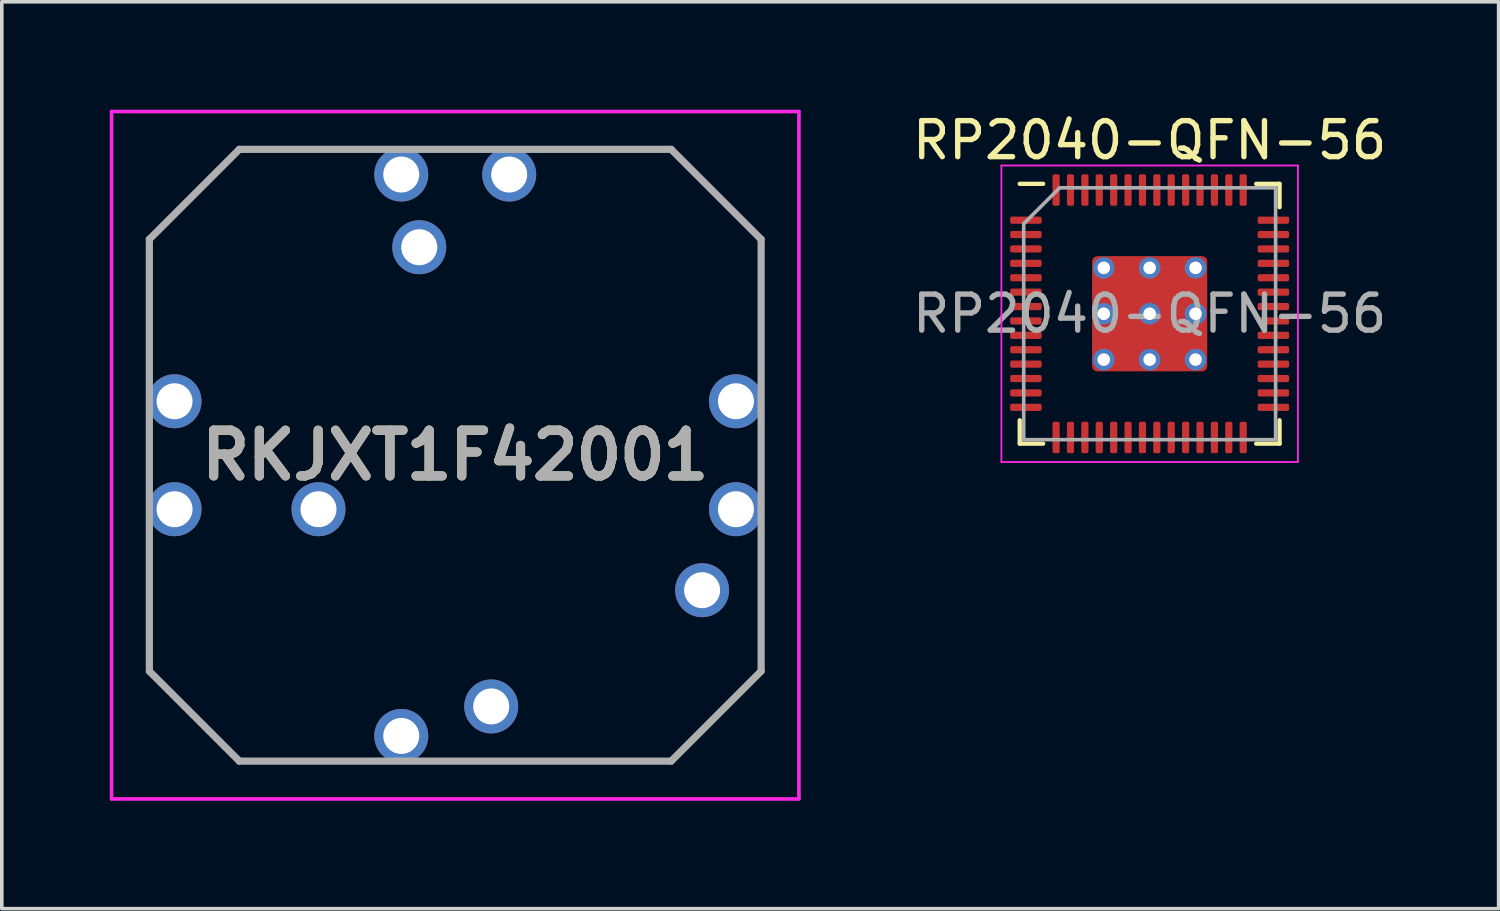
<source format=kicad_pcb>
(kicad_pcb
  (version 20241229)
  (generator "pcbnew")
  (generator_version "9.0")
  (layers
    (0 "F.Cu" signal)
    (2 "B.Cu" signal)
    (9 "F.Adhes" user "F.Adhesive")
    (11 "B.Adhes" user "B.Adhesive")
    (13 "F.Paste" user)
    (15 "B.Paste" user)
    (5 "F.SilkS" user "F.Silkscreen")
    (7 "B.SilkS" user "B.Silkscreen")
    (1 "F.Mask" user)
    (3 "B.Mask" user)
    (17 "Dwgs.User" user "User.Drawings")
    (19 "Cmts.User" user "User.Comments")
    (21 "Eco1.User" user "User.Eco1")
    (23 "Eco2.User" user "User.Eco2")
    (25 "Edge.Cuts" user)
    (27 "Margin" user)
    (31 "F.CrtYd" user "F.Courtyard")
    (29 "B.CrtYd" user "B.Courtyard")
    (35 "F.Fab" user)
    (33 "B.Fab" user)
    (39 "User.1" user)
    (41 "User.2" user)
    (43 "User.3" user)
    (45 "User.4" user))
  (footprint "RP2040-QFN-56"
    (layer "F.Cu")
    (at 28.896 5.668)
    (property "Reference" "RP2040-QFN-56" (at 0 -4.82 0) (layer "F.SilkS") (effects (font (size 1 1) (thickness 0.15))))
    (attr smd)
    (fp_line (start -3.61 3.61) (end -3.61 2.96) (stroke (width 0.12) (type solid)) (layer "F.SilkS"))
    (fp_line (start -2.96 -3.61) (end -3.61 -3.61) (stroke (width 0.12) (type solid)) (layer "F.SilkS"))
    (fp_line (start -2.96 3.61) (end -3.61 3.61) (stroke (width 0.12) (type solid)) (layer "F.SilkS"))
    (fp_line (start 2.96 -3.61) (end 3.61 -3.61) (stroke (width 0.12) (type solid)) (layer "F.SilkS"))
    (fp_line (start 2.96 3.61) (end 3.61 3.61) (stroke (width 0.12) (type solid)) (layer "F.SilkS"))
    (fp_line (start 3.61 -3.61) (end 3.61 -2.96) (stroke (width 0.12) (type solid)) (layer "F.SilkS"))
    (fp_line (start 3.61 3.61) (end 3.61 2.96) (stroke (width 0.12) (type solid)) (layer "F.SilkS"))
    (fp_line (start -4.12 -4.12) (end -4.12 4.12) (stroke (width 0.05) (type solid)) (layer "F.CrtYd"))
    (fp_line (start -4.12 4.12) (end 4.12 4.12) (stroke (width 0.05) (type solid)) (layer "F.CrtYd"))
    (fp_line (start 4.12 -4.12) (end -4.12 -4.12) (stroke (width 0.05) (type solid)) (layer "F.CrtYd"))
    (fp_line (start 4.12 4.12) (end 4.12 -4.12) (stroke (width 0.05) (type solid)) (layer "F.CrtYd"))
    (fp_line (start -3.5 -2.5) (end -2.5 -3.5) (stroke (width 0.1) (type solid)) (layer "F.Fab"))
    (fp_line (start -3.5 3.5) (end -3.5 -2.5) (stroke (width 0.1) (type solid)) (layer "F.Fab"))
    (fp_line (start -2.5 -3.5) (end 3.5 -3.5) (stroke (width 0.1) (type solid)) (layer "F.Fab"))
    (fp_line (start 3.5 -3.5) (end 3.5 3.5) (stroke (width 0.1) (type solid)) (layer "F.Fab"))
    (fp_line (start 3.5 3.5) (end -3.5 3.5) (stroke (width 0.1) (type solid)) (layer "F.Fab"))
    (fp_text user "${REFERENCE}" (at 0 0 0) (layer "F.Fab") (effects (font (size 1 1) (thickness 0.15))))
    (pad "" smd roundrect (at -0.637 -0.637) (size 1.084 1.084) (layers "F.Paste") (roundrect_rratio 0.231))
    (pad "" smd roundrect (at -0.637 0.637) (size 1.084 1.084) (layers "F.Paste") (roundrect_rratio 0.231))
    (pad "" smd roundrect (at 0.637 -0.637) (size 1.084 1.084) (layers "F.Paste") (roundrect_rratio 0.231))
    (pad "" smd roundrect (at 0.637 0.637) (size 1.084 1.084) (layers "F.Paste") (roundrect_rratio 0.231))
    (pad "1" smd roundrect (at -3.438 -2.6) (size 0.875 0.2) (layers "F.Cu" "F.Mask" "F.Paste") (roundrect_rratio 0.25))
    (pad "2" smd roundrect (at -3.438 -2.2) (size 0.875 0.2) (layers "F.Cu" "F.Mask" "F.Paste") (roundrect_rratio 0.25))
    (pad "3" smd roundrect (at -3.438 -1.8) (size 0.875 0.2) (layers "F.Cu" "F.Mask" "F.Paste") (roundrect_rratio 0.25))
    (pad "4" smd roundrect (at -3.438 -1.4) (size 0.875 0.2) (layers "F.Cu" "F.Mask" "F.Paste") (roundrect_rratio 0.25))
    (pad "5" smd roundrect (at -3.438 -1) (size 0.875 0.2) (layers "F.Cu" "F.Mask" "F.Paste") (roundrect_rratio 0.25))
    (pad "6" smd roundrect (at -3.438 -0.6) (size 0.875 0.2) (layers "F.Cu" "F.Mask" "F.Paste") (roundrect_rratio 0.25))
    (pad "7" smd roundrect (at -3.438 -0.2) (size 0.875 0.2) (layers "F.Cu" "F.Mask" "F.Paste") (roundrect_rratio 0.25))
    (pad "8" smd roundrect (at -3.438 0.2) (size 0.875 0.2) (layers "F.Cu" "F.Mask" "F.Paste") (roundrect_rratio 0.25))
    (pad "9" smd roundrect (at -3.438 0.6) (size 0.875 0.2) (layers "F.Cu" "F.Mask" "F.Paste") (roundrect_rratio 0.25))
    (pad "10" smd roundrect (at -3.438 1) (size 0.875 0.2) (layers "F.Cu" "F.Mask" "F.Paste") (roundrect_rratio 0.25))
    (pad "11" smd roundrect (at -3.438 1.4) (size 0.875 0.2) (layers "F.Cu" "F.Mask" "F.Paste") (roundrect_rratio 0.25))
    (pad "12" smd roundrect (at -3.438 1.8) (size 0.875 0.2) (layers "F.Cu" "F.Mask" "F.Paste") (roundrect_rratio 0.25))
    (pad "13" smd roundrect (at -3.438 2.2) (size 0.875 0.2) (layers "F.Cu" "F.Mask" "F.Paste") (roundrect_rratio 0.25))
    (pad "14" smd roundrect (at -3.438 2.6) (size 0.875 0.2) (layers "F.Cu" "F.Mask" "F.Paste") (roundrect_rratio 0.25))
    (pad "15" smd roundrect (at -2.6 3.438) (size 0.2 0.875) (layers "F.Cu" "F.Mask" "F.Paste") (roundrect_rratio 0.25))
    (pad "16" smd roundrect (at -2.2 3.438) (size 0.2 0.875) (layers "F.Cu" "F.Mask" "F.Paste") (roundrect_rratio 0.25))
    (pad "17" smd roundrect (at -1.8 3.438) (size 0.2 0.875) (layers "F.Cu" "F.Mask" "F.Paste") (roundrect_rratio 0.25))
    (pad "18" smd roundrect (at -1.4 3.438) (size 0.2 0.875) (layers "F.Cu" "F.Mask" "F.Paste") (roundrect_rratio 0.25))
    (pad "19" smd roundrect (at -1 3.438) (size 0.2 0.875) (layers "F.Cu" "F.Mask" "F.Paste") (roundrect_rratio 0.25))
    (pad "20" smd roundrect (at -0.6 3.438) (size 0.2 0.875) (layers "F.Cu" "F.Mask" "F.Paste") (roundrect_rratio 0.25))
    (pad "21" smd roundrect (at -0.2 3.438) (size 0.2 0.875) (layers "F.Cu" "F.Mask" "F.Paste") (roundrect_rratio 0.25))
    (pad "22" smd roundrect (at 0.2 3.438) (size 0.2 0.875) (layers "F.Cu" "F.Mask" "F.Paste") (roundrect_rratio 0.25))
    (pad "23" smd roundrect (at 0.6 3.438) (size 0.2 0.875) (layers "F.Cu" "F.Mask" "F.Paste") (roundrect_rratio 0.25))
    (pad "24" smd roundrect (at 1 3.438) (size 0.2 0.875) (layers "F.Cu" "F.Mask" "F.Paste") (roundrect_rratio 0.25))
    (pad "25" smd roundrect (at 1.4 3.438) (size 0.2 0.875) (layers "F.Cu" "F.Mask" "F.Paste") (roundrect_rratio 0.25))
    (pad "26" smd roundrect (at 1.8 3.438) (size 0.2 0.875) (layers "F.Cu" "F.Mask" "F.Paste") (roundrect_rratio 0.25))
    (pad "27" smd roundrect (at 2.2 3.438) (size 0.2 0.875) (layers "F.Cu" "F.Mask" "F.Paste") (roundrect_rratio 0.25))
    (pad "28" smd roundrect (at 2.6 3.438) (size 0.2 0.875) (layers "F.Cu" "F.Mask" "F.Paste") (roundrect_rratio 0.25))
    (pad "29" smd roundrect (at 3.438 2.6) (size 0.875 0.2) (layers "F.Cu" "F.Mask" "F.Paste") (roundrect_rratio 0.25))
    (pad "30" smd roundrect (at 3.438 2.2) (size 0.875 0.2) (layers "F.Cu" "F.Mask" "F.Paste") (roundrect_rratio 0.25))
    (pad "31" smd roundrect (at 3.438 1.8) (size 0.875 0.2) (layers "F.Cu" "F.Mask" "F.Paste") (roundrect_rratio 0.25))
    (pad "32" smd roundrect (at 3.438 1.4) (size 0.875 0.2) (layers "F.Cu" "F.Mask" "F.Paste") (roundrect_rratio 0.25))
    (pad "33" smd roundrect (at 3.438 1) (size 0.875 0.2) (layers "F.Cu" "F.Mask" "F.Paste") (roundrect_rratio 0.25))
    (pad "34" smd roundrect (at 3.438 0.6) (size 0.875 0.2) (layers "F.Cu" "F.Mask" "F.Paste") (roundrect_rratio 0.25))
    (pad "35" smd roundrect (at 3.438 0.2) (size 0.875 0.2) (layers "F.Cu" "F.Mask" "F.Paste") (roundrect_rratio 0.25))
    (pad "36" smd roundrect (at 3.438 -0.2) (size 0.875 0.2) (layers "F.Cu" "F.Mask" "F.Paste") (roundrect_rratio 0.25))
    (pad "37" smd roundrect (at 3.438 -0.6) (size 0.875 0.2) (layers "F.Cu" "F.Mask" "F.Paste") (roundrect_rratio 0.25))
    (pad "38" smd roundrect (at 3.438 -1) (size 0.875 0.2) (layers "F.Cu" "F.Mask" "F.Paste") (roundrect_rratio 0.25))
    (pad "39" smd roundrect (at 3.438 -1.4) (size 0.875 0.2) (layers "F.Cu" "F.Mask" "F.Paste") (roundrect_rratio 0.25))
    (pad "40" smd roundrect (at 3.438 -1.8) (size 0.875 0.2) (layers "F.Cu" "F.Mask" "F.Paste") (roundrect_rratio 0.25))
    (pad "41" smd roundrect (at 3.438 -2.2) (size 0.875 0.2) (layers "F.Cu" "F.Mask" "F.Paste") (roundrect_rratio 0.25))
    (pad "42" smd roundrect (at 3.438 -2.6) (size 0.875 0.2) (layers "F.Cu" "F.Mask" "F.Paste") (roundrect_rratio 0.25))
    (pad "43" smd roundrect (at 2.6 -3.438) (size 0.2 0.875) (layers "F.Cu" "F.Mask" "F.Paste") (roundrect_rratio 0.25))
    (pad "44" smd roundrect (at 2.2 -3.438) (size 0.2 0.875) (layers "F.Cu" "F.Mask" "F.Paste") (roundrect_rratio 0.25))
    (pad "45" smd roundrect (at 1.8 -3.438) (size 0.2 0.875) (layers "F.Cu" "F.Mask" "F.Paste") (roundrect_rratio 0.25))
    (pad "46" smd roundrect (at 1.4 -3.438) (size 0.2 0.875) (layers "F.Cu" "F.Mask" "F.Paste") (roundrect_rratio 0.25))
    (pad "47" smd roundrect (at 1 -3.438) (size 0.2 0.875) (layers "F.Cu" "F.Mask" "F.Paste") (roundrect_rratio 0.25))
    (pad "48" smd roundrect (at 0.6 -3.438) (size 0.2 0.875) (layers "F.Cu" "F.Mask" "F.Paste") (roundrect_rratio 0.25))
    (pad "49" smd roundrect (at 0.2 -3.438) (size 0.2 0.875) (layers "F.Cu" "F.Mask" "F.Paste") (roundrect_rratio 0.25))
    (pad "50" smd roundrect (at -0.2 -3.438) (size 0.2 0.875) (layers "F.Cu" "F.Mask" "F.Paste") (roundrect_rratio 0.25))
    (pad "51" smd roundrect (at -0.6 -3.438) (size 0.2 0.875) (layers "F.Cu" "F.Mask" "F.Paste") (roundrect_rratio 0.25))
    (pad "52" smd roundrect (at -1 -3.438) (size 0.2 0.875) (layers "F.Cu" "F.Mask" "F.Paste") (roundrect_rratio 0.25))
    (pad "53" smd roundrect (at -1.4 -3.438) (size 0.2 0.875) (layers "F.Cu" "F.Mask" "F.Paste") (roundrect_rratio 0.25))
    (pad "54" smd roundrect (at -1.8 -3.438) (size 0.2 0.875) (layers "F.Cu" "F.Mask" "F.Paste") (roundrect_rratio 0.25))
    (pad "55" smd roundrect (at -2.2 -3.438) (size 0.2 0.875) (layers "F.Cu" "F.Mask" "F.Paste") (roundrect_rratio 0.25))
    (pad "56" smd roundrect (at -2.6 -3.438) (size 0.2 0.875) (layers "F.Cu" "F.Mask" "F.Paste") (roundrect_rratio 0.25))
    (pad "57" thru_hole circle (at -1.275 -1.275) (size 0.6 0.6) (drill 0.35) (layers "*.Cu"))
    (pad "57" thru_hole circle (at -1.275 0) (size 0.6 0.6) (drill 0.35) (layers "*.Cu"))
    (pad "57" thru_hole circle (at -1.275 1.275) (size 0.6 0.6) (drill 0.35) (layers "*.Cu"))
    (pad "57" thru_hole circle (at 0 -1.275) (size 0.6 0.6) (drill 0.35) (layers "*.Cu"))
    (pad "57" thru_hole circle (at 0 0) (size 0.6 0.6) (drill 0.35) (layers "*.Cu"))
    (pad "57" smd roundrect (at 0 0) (size 3.2 3.2) (layers "F.Cu" "F.Mask") (roundrect_rratio 0.045))
    (pad "57" thru_hole circle (at 0 1.275) (size 0.6 0.6) (drill 0.35) (layers "*.Cu"))
    (pad "57" thru_hole circle (at 1.275 -1.275) (size 0.6 0.6) (drill 0.35) (layers "*.Cu"))
    (pad "57" thru_hole circle (at 1.275 0) (size 0.6 0.6) (drill 0.35) (layers "*.Cu"))
    (pad "57" thru_hole circle (at 1.275 1.275) (size 0.6 0.6) (drill 0.35) (layers "*.Cu")))
  (footprint "RKJXT1F42001"
    (layer "F.Cu")
    (at 9.6 9.6)
    (property "Reference" "RKJXT1F42001" (at 0 0 0) (layer "F.SilkS") (effects (font (size 1.27 1.27) (thickness 0.254))))
    (attr through_hole)
    (fp_line (start -8.5 -6) (end -6 -8.5) (stroke (width 0.1) (type solid)) (layer "F.SilkS"))
    (fp_line (start -8.5 -2.5) (end -8.5 -6) (stroke (width 0.1) (type solid)) (layer "F.SilkS"))
    (fp_line (start -8.5 -0.5) (end -8.5 0.5) (stroke (width 0.1) (type solid)) (layer "F.SilkS"))
    (fp_line (start -8.5 2.5) (end -8.5 6) (stroke (width 0.1) (type solid)) (layer "F.SilkS"))
    (fp_line (start -8.5 6) (end -6 8.5) (stroke (width 0.1) (type solid)) (layer "F.SilkS"))
    (fp_line (start -6 -8.5) (end -2.5 -8.5) (stroke (width 0.1) (type solid)) (layer "F.SilkS"))
    (fp_line (start -6 8.5) (end -2.5 8.5) (stroke (width 0.1) (type solid)) (layer "F.SilkS"))
    (fp_line (start -0.5 8.5) (end 6 8.5) (stroke (width 0.1) (type solid)) (layer "F.SilkS"))
    (fp_line (start 2.5 -8.5) (end 6 -8.5) (stroke (width 0.1) (type solid)) (layer "F.SilkS"))
    (fp_line (start 6 -8.5) (end 8.5 -6) (stroke (width 0.1) (type solid)) (layer "F.SilkS"))
    (fp_line (start 6 8.5) (end 8.5 6) (stroke (width 0.1) (type solid)) (layer "F.SilkS"))
    (fp_line (start 8.5 -6) (end 8.5 -2.5) (stroke (width 0.1) (type solid)) (layer "F.SilkS"))
    (fp_line (start 8.5 -0.5) (end 8.5 0.5) (stroke (width 0.1) (type solid)) (layer "F.SilkS"))
    (fp_line (start 8.5 6) (end 8.5 2.5) (stroke (width 0.1) (type solid)) (layer "F.SilkS"))
    (fp_line (start -9.55 -9.55) (end 9.55 -9.55) (stroke (width 0.1) (type solid)) (layer "F.CrtYd"))
    (fp_line (start -9.55 9.55) (end -9.55 -9.55) (stroke (width 0.1) (type solid)) (layer "F.CrtYd"))
    (fp_line (start 9.55 -9.55) (end 9.55 9.55) (stroke (width 0.1) (type solid)) (layer "F.CrtYd"))
    (fp_line (start 9.55 9.55) (end -9.55 9.55) (stroke (width 0.1) (type solid)) (layer "F.CrtYd"))
    (fp_line (start -8.5 -6) (end -8.5 6) (stroke (width 0.2) (type solid)) (layer "F.Fab"))
    (fp_line (start -8.5 -6) (end -6 -8.5) (stroke (width 0.2) (type solid)) (layer "F.Fab"))
    (fp_line (start -6 -8.5) (end 6 -8.5) (stroke (width 0.2) (type solid)) (layer "F.Fab"))
    (fp_line (start -6 8.5) (end -8.5 6) (stroke (width 0.2) (type solid)) (layer "F.Fab"))
    (fp_line (start -6 8.5) (end 6 8.5) (stroke (width 0.2) (type solid)) (layer "F.Fab"))
    (fp_line (start 6 -8.5) (end 8.5 -6) (stroke (width 0.2) (type solid)) (layer "F.Fab"))
    (fp_line (start 6 8.5) (end 8.5 6) (stroke (width 0.2) (type solid)) (layer "F.Fab"))
    (fp_line (start 8.5 6) (end 8.5 -6) (stroke (width 0.2) (type solid)) (layer "F.Fab"))
    (fp_text user "${REFERENCE}" (at 0 0 0) (layer "F.Fab") (effects (font (size 1.27 1.27) (thickness 0.254))))
    (pad "1" thru_hole circle (at -1.5 7.8) (size 1.5 1.5) (drill 1) (layers "*.Cu" "*.Mask"))
    (pad "2" thru_hole circle (at 7.8 1.5) (size 1.5 1.5) (drill 1) (layers "*.Cu" "*.Mask"))
    (pad "3" thru_hole circle (at 1.5 -7.8) (size 1.5 1.5) (drill 1) (layers "*.Cu" "*.Mask"))
    (pad "4" thru_hole circle (at -7.8 -1.5) (size 1.5 1.5) (drill 1) (layers "*.Cu" "*.Mask"))
    (pad "5" thru_hole circle (at 1 6.98) (size 1.5 1.5) (drill 1) (layers "*.Cu" "*.Mask"))
    (pad "6" thru_hole circle (at -1 -5.78) (size 1.5 1.5) (drill 1) (layers "*.Cu" "*.Mask"))
    (pad "7" thru_hole circle (at -7.8 1.5) (size 1.5 1.5) (drill 1) (layers "*.Cu" "*.Mask"))
    (pad "8" thru_hole circle (at 7.8 -1.5) (size 1.5 1.5) (drill 1) (layers "*.Cu" "*.Mask"))
    (pad "9" thru_hole circle (at -1.5 -7.8) (size 1.5 1.5) (drill 1) (layers "*.Cu" "*.Mask"))
    (pad "10" thru_hole circle (at 6.86 3.75) (size 1.5 1.5) (drill 1) (layers "*.Cu" "*.Mask"))
    (pad "11" thru_hole circle (at -3.8 1.5) (size 1.5 1.5) (drill 1) (layers "*.Cu" "*.Mask")))
  (gr_rect
    (start -3 -3)
    (end 38.593 22.2)
    (stroke (width 0.1) (type default))
    (fill no)
    (layer "Edge.Cuts")))
</source>
